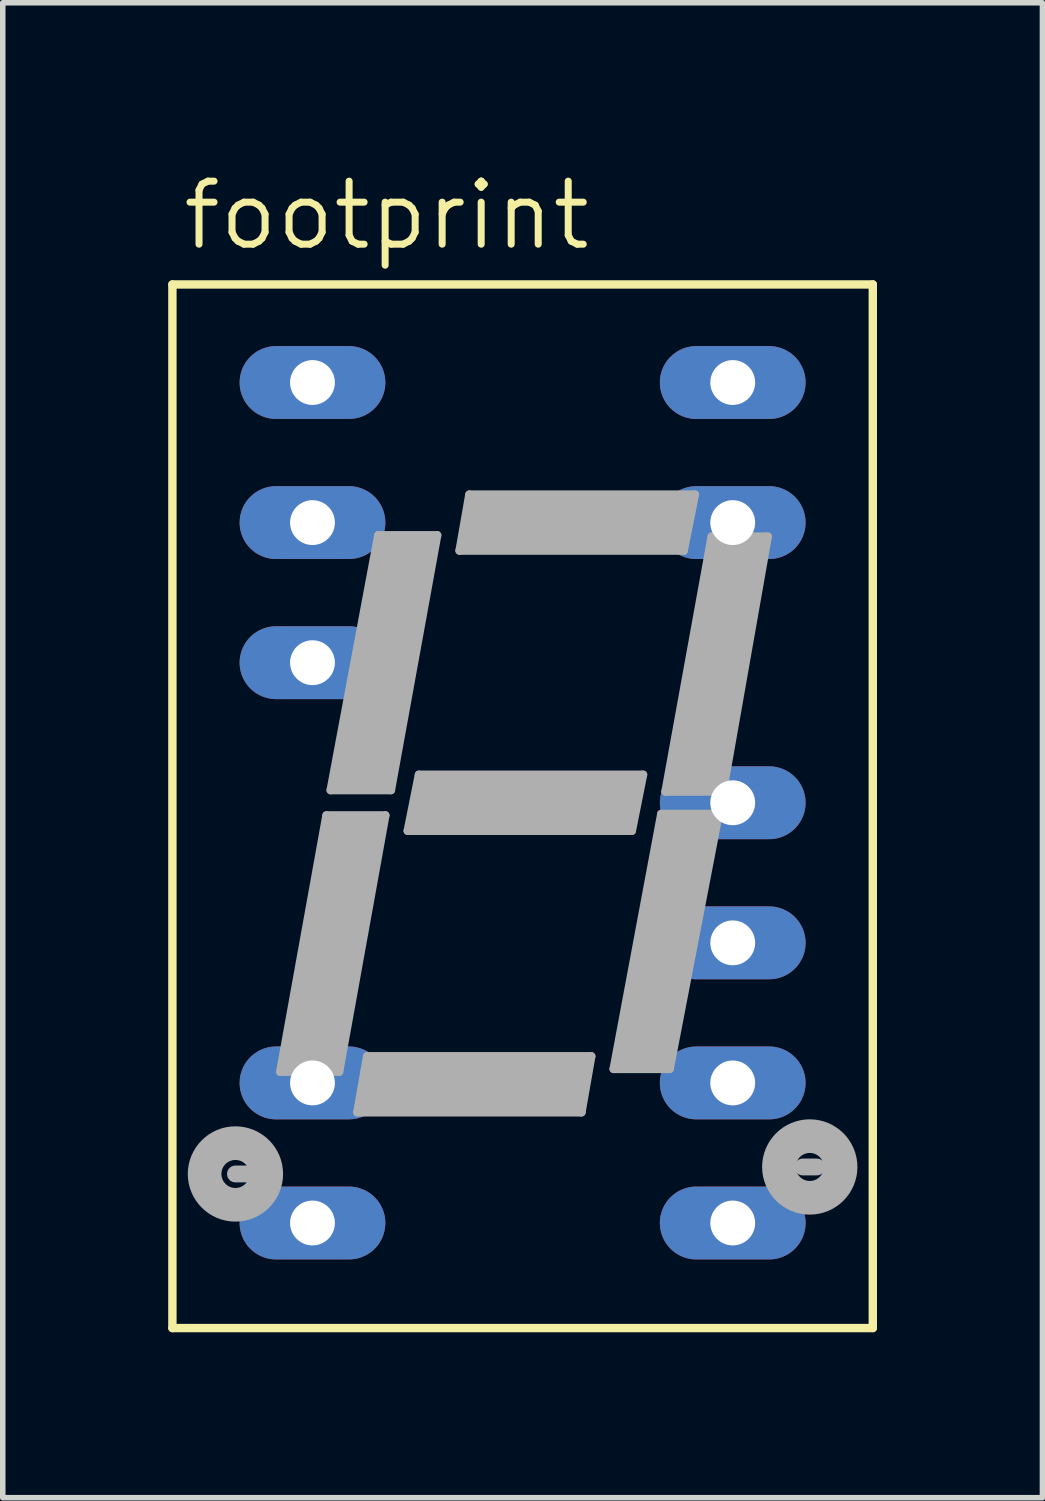
<source format=kicad_pcb>
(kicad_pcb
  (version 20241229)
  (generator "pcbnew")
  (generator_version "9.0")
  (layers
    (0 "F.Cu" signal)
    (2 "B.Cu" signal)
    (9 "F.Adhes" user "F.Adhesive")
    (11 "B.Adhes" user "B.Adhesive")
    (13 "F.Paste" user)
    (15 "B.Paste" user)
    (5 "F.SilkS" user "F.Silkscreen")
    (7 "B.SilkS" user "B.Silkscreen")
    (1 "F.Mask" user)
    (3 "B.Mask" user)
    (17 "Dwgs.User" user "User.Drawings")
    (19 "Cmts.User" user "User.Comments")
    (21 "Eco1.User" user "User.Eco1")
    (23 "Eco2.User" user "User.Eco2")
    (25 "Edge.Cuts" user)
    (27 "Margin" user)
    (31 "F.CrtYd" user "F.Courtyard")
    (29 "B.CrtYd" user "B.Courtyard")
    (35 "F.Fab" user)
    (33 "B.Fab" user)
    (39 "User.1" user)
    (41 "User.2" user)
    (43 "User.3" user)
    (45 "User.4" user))
  (footprint "footprint"
    (layer "F.Cu")
    (at 6.426 11.506)
    (property "Reference" "footprint" (at -6.223 -9.982 0) (layer "F.SilkS") (effects (font (size 1.143 1.143) (thickness 0.127)) (justify left bottom)))
    (fp_line (start -6.35 -9.398) (end 6.35 -9.398) (stroke (width 0.152) (type solid)) (layer "F.SilkS"))
    (fp_line (start -6.35 9.525) (end -6.35 -9.398) (stroke (width 0.152) (type solid)) (layer "F.SilkS"))
    (fp_line (start 6.35 -9.398) (end 6.35 9.525) (stroke (width 0.152) (type solid)) (layer "F.SilkS"))
    (fp_line (start 6.35 9.525) (end -6.35 9.525) (stroke (width 0.152) (type solid)) (layer "F.SilkS"))
    (fp_line (start -5.207 6.731) (end -4.953 6.731) (stroke (width 0.305) (type solid)) (layer "F.Fab"))
    (fp_line (start -4.394 4.877) (end -3.556 0.229) (stroke (width 0.152) (type solid)) (layer "F.Fab"))
    (fp_line (start -4.242 4.75) (end -4.191 4.547) (stroke (width 0.254) (type solid)) (layer "F.Fab"))
    (fp_line (start -3.785 4.369) (end -3.124 0.737) (stroke (width 1.016) (type solid)) (layer "F.Fab"))
    (fp_line (start -3.556 0.229) (end -2.489 0.229) (stroke (width 0.152) (type solid)) (layer "F.Fab"))
    (fp_line (start -3.48 -0.229) (end -2.616 -4.851) (stroke (width 0.152) (type solid)) (layer "F.Fab"))
    (fp_line (start -3.48 -0.229) (end -2.388 -0.229) (stroke (width 0.152) (type solid)) (layer "F.Fab"))
    (fp_line (start -3.454 0.356) (end -2.642 0.356) (stroke (width 0.254) (type solid)) (layer "F.Fab"))
    (fp_line (start -3.429 4.75) (end -4.242 4.75) (stroke (width 0.254) (type solid)) (layer "F.Fab"))
    (fp_line (start -3.378 4.521) (end -3.429 4.75) (stroke (width 0.254) (type solid)) (layer "F.Fab"))
    (fp_line (start -3.353 -0.33) (end -3.302 -0.533) (stroke (width 0.254) (type solid)) (layer "F.Fab"))
    (fp_line (start -3.327 4.877) (end -4.394 4.877) (stroke (width 0.152) (type solid)) (layer "F.Fab"))
    (fp_line (start -3.327 4.877) (end -2.489 0.229) (stroke (width 0.152) (type solid)) (layer "F.Fab"))
    (fp_line (start -2.997 5.613) (end -2.819 4.597) (stroke (width 0.152) (type solid)) (layer "F.Fab"))
    (fp_line (start -2.845 -0.711) (end -2.184 -4.369) (stroke (width 1.016) (type solid)) (layer "F.Fab"))
    (fp_line (start -2.845 5.512) (end -2.616 5.512) (stroke (width 0.254) (type solid)) (layer "F.Fab"))
    (fp_line (start -2.718 4.699) (end -2.845 5.512) (stroke (width 0.254) (type solid)) (layer "F.Fab"))
    (fp_line (start -2.642 0.356) (end -2.667 0.635) (stroke (width 0.254) (type solid)) (layer "F.Fab"))
    (fp_line (start -2.616 -4.851) (end -1.549 -4.851) (stroke (width 0.152) (type solid)) (layer "F.Fab"))
    (fp_line (start -2.515 -4.724) (end -1.676 -4.724) (stroke (width 0.254) (type solid)) (layer "F.Fab"))
    (fp_line (start -2.464 -0.33) (end -3.353 -0.33) (stroke (width 0.254) (type solid)) (layer "F.Fab"))
    (fp_line (start -2.388 -0.229) (end -1.549 -4.851) (stroke (width 0.152) (type solid)) (layer "F.Fab"))
    (fp_line (start -1.93 0.406) (end -1.702 0.406) (stroke (width 0.254) (type solid)) (layer "F.Fab"))
    (fp_line (start -1.88 -0.508) (end -2.083 0.508) (stroke (width 0.152) (type solid)) (layer "F.Fab"))
    (fp_line (start -1.778 -0.381) (end -1.93 0.406) (stroke (width 0.254) (type solid)) (layer "F.Fab"))
    (fp_line (start -1.676 -4.724) (end -1.727 -4.496) (stroke (width 0.254) (type solid)) (layer "F.Fab"))
    (fp_line (start -1.143 -4.572) (end -0.965 -5.588) (stroke (width 0.152) (type solid)) (layer "F.Fab"))
    (fp_line (start -0.991 -4.674) (end -0.787 -4.674) (stroke (width 0.254) (type solid)) (layer "F.Fab"))
    (fp_line (start -0.965 -5.588) (end 3.124 -5.588) (stroke (width 0.152) (type solid)) (layer "F.Fab"))
    (fp_line (start -0.838 -5.486) (end -0.991 -4.674) (stroke (width 0.254) (type solid)) (layer "F.Fab"))
    (fp_line (start -0.533 -5.08) (end 2.489 -5.08) (stroke (width 1.016) (type solid)) (layer "F.Fab"))
    (fp_line (start 0.635 5.105) (end -2.388 5.105) (stroke (width 1.016) (type solid)) (layer "F.Fab"))
    (fp_line (start 0.965 5.512) (end 1.092 4.699) (stroke (width 0.254) (type solid)) (layer "F.Fab"))
    (fp_line (start 1.067 5.613) (end -2.997 5.613) (stroke (width 0.152) (type solid)) (layer "F.Fab"))
    (fp_line (start 1.092 4.699) (end 0.787 4.699) (stroke (width 0.254) (type solid)) (layer "F.Fab"))
    (fp_line (start 1.245 4.597) (end -2.819 4.597) (stroke (width 0.152) (type solid)) (layer "F.Fab"))
    (fp_line (start 1.245 4.597) (end 1.067 5.613) (stroke (width 0.152) (type solid)) (layer "F.Fab"))
    (fp_line (start 1.549 -0.381) (end 2.032 -0.381) (stroke (width 0.254) (type solid)) (layer "F.Fab"))
    (fp_line (start 1.575 0) (end -1.422 0) (stroke (width 1.016) (type solid)) (layer "F.Fab"))
    (fp_line (start 1.651 4.826) (end 2.515 0.203) (stroke (width 0.152) (type solid)) (layer "F.Fab"))
    (fp_line (start 1.753 4.699) (end 1.803 4.547) (stroke (width 0.254) (type solid)) (layer "F.Fab"))
    (fp_line (start 1.981 0.508) (end -2.083 0.508) (stroke (width 0.152) (type solid)) (layer "F.Fab"))
    (fp_line (start 2.032 -0.381) (end 1.854 0.406) (stroke (width 0.152) (type solid)) (layer "F.Fab"))
    (fp_line (start 2.184 -0.508) (end -1.88 -0.508) (stroke (width 0.152) (type solid)) (layer "F.Fab"))
    (fp_line (start 2.184 -0.508) (end 1.981 0.508) (stroke (width 0.152) (type solid)) (layer "F.Fab"))
    (fp_line (start 2.515 0.203) (end 3.556 0.203) (stroke (width 0.152) (type solid)) (layer "F.Fab"))
    (fp_line (start 2.591 -4.699) (end 2.819 -4.699) (stroke (width 0.152) (type solid)) (layer "F.Fab"))
    (fp_line (start 2.591 -0.203) (end 3.429 -4.826) (stroke (width 0.152) (type solid)) (layer "F.Fab"))
    (fp_line (start 2.591 -0.203) (end 3.632 -0.203) (stroke (width 0.152) (type solid)) (layer "F.Fab"))
    (fp_line (start 2.591 4.699) (end 1.753 4.699) (stroke (width 0.254) (type solid)) (layer "F.Fab"))
    (fp_line (start 2.616 0.33) (end 3.429 0.33) (stroke (width 0.254) (type solid)) (layer "F.Fab"))
    (fp_line (start 2.667 4.826) (end 1.651 4.826) (stroke (width 0.152) (type solid)) (layer "F.Fab"))
    (fp_line (start 2.718 -0.33) (end 2.794 -0.635) (stroke (width 0.254) (type solid)) (layer "F.Fab"))
    (fp_line (start 2.819 -4.699) (end 2.972 -5.486) (stroke (width 0.254) (type solid)) (layer "F.Fab"))
    (fp_line (start 2.921 -4.572) (end -1.143 -4.572) (stroke (width 0.152) (type solid)) (layer "F.Fab"))
    (fp_line (start 2.946 0.711) (end 2.235 4.343) (stroke (width 1.016) (type solid)) (layer "F.Fab"))
    (fp_line (start 2.972 -5.486) (end 2.667 -5.486) (stroke (width 0.254) (type solid)) (layer "F.Fab"))
    (fp_line (start 3.124 -5.588) (end 2.921 -4.572) (stroke (width 0.152) (type solid)) (layer "F.Fab"))
    (fp_line (start 3.429 -4.826) (end 4.445 -4.826) (stroke (width 0.152) (type solid)) (layer "F.Fab"))
    (fp_line (start 3.429 0.33) (end 3.353 0.584) (stroke (width 0.254) (type solid)) (layer "F.Fab"))
    (fp_line (start 3.505 -4.674) (end 4.318 -4.674) (stroke (width 0.254) (type solid)) (layer "F.Fab"))
    (fp_line (start 3.556 -0.33) (end 2.718 -0.33) (stroke (width 0.254) (type solid)) (layer "F.Fab"))
    (fp_line (start 3.556 0.203) (end 2.667 4.826) (stroke (width 0.152) (type solid)) (layer "F.Fab"))
    (fp_line (start 3.861 -4.293) (end 3.2 -0.686) (stroke (width 1.016) (type solid)) (layer "F.Fab"))
    (fp_line (start 4.318 -4.674) (end 4.267 -4.496) (stroke (width 0.254) (type solid)) (layer "F.Fab"))
    (fp_line (start 4.445 -4.826) (end 3.632 -0.203) (stroke (width 0.152) (type solid)) (layer "F.Fab"))
    (fp_line (start 5.08 6.604) (end 5.334 6.604) (stroke (width 0.305) (type solid)) (layer "F.Fab"))
    (fp_circle (center -5.207 6.731) (end -4.953 6.731) (stroke (width 0.61) (type solid)) (fill no) (layer "F.Fab"))
    (fp_circle (center 5.207 6.604) (end 5.461 6.604) (stroke (width 0.61) (type solid)) (fill no) (layer "F.Fab"))
    (pad "1" thru_hole oval (at -3.81 -7.62) (size 2.642 1.321) (drill 0.813) (layers "*.Cu" "*.Mask"))
    (pad "2" thru_hole oval (at -3.81 -5.08) (size 2.642 1.321) (drill 0.813) (layers "*.Cu" "*.Mask"))
    (pad "3" thru_hole oval (at -3.81 -2.54) (size 2.642 1.321) (drill 0.813) (layers "*.Cu" "*.Mask"))
    (pad "6" thru_hole oval (at -3.81 5.08) (size 2.642 1.321) (drill 0.813) (layers "*.Cu" "*.Mask"))
    (pad "7" thru_hole oval (at -3.81 7.62) (size 2.642 1.321) (drill 0.813) (layers "*.Cu" "*.Mask"))
    (pad "8" thru_hole oval (at 3.81 7.62) (size 2.642 1.321) (drill 0.813) (layers "*.Cu" "*.Mask"))
    (pad "9" thru_hole oval (at 3.81 5.08) (size 2.642 1.321) (drill 0.813) (layers "*.Cu" "*.Mask"))
    (pad "10" thru_hole oval (at 3.81 2.54) (size 2.642 1.321) (drill 0.813) (layers "*.Cu" "*.Mask"))
    (pad "11" thru_hole oval (at 3.81 0) (size 2.642 1.321) (drill 0.813) (layers "*.Cu" "*.Mask"))
    (pad "13" thru_hole oval (at 3.81 -5.08) (size 2.642 1.321) (drill 0.813) (layers "*.Cu" "*.Mask"))
    (pad "14" thru_hole oval (at 3.81 -7.62) (size 2.642 1.321) (drill 0.813) (layers "*.Cu" "*.Mask")))
  (gr_rect
    (start -3 -3)
    (end 15.852 24.107)
    (stroke (width 0.1) (type default))
    (fill no)
    (layer "Edge.Cuts")))
</source>
